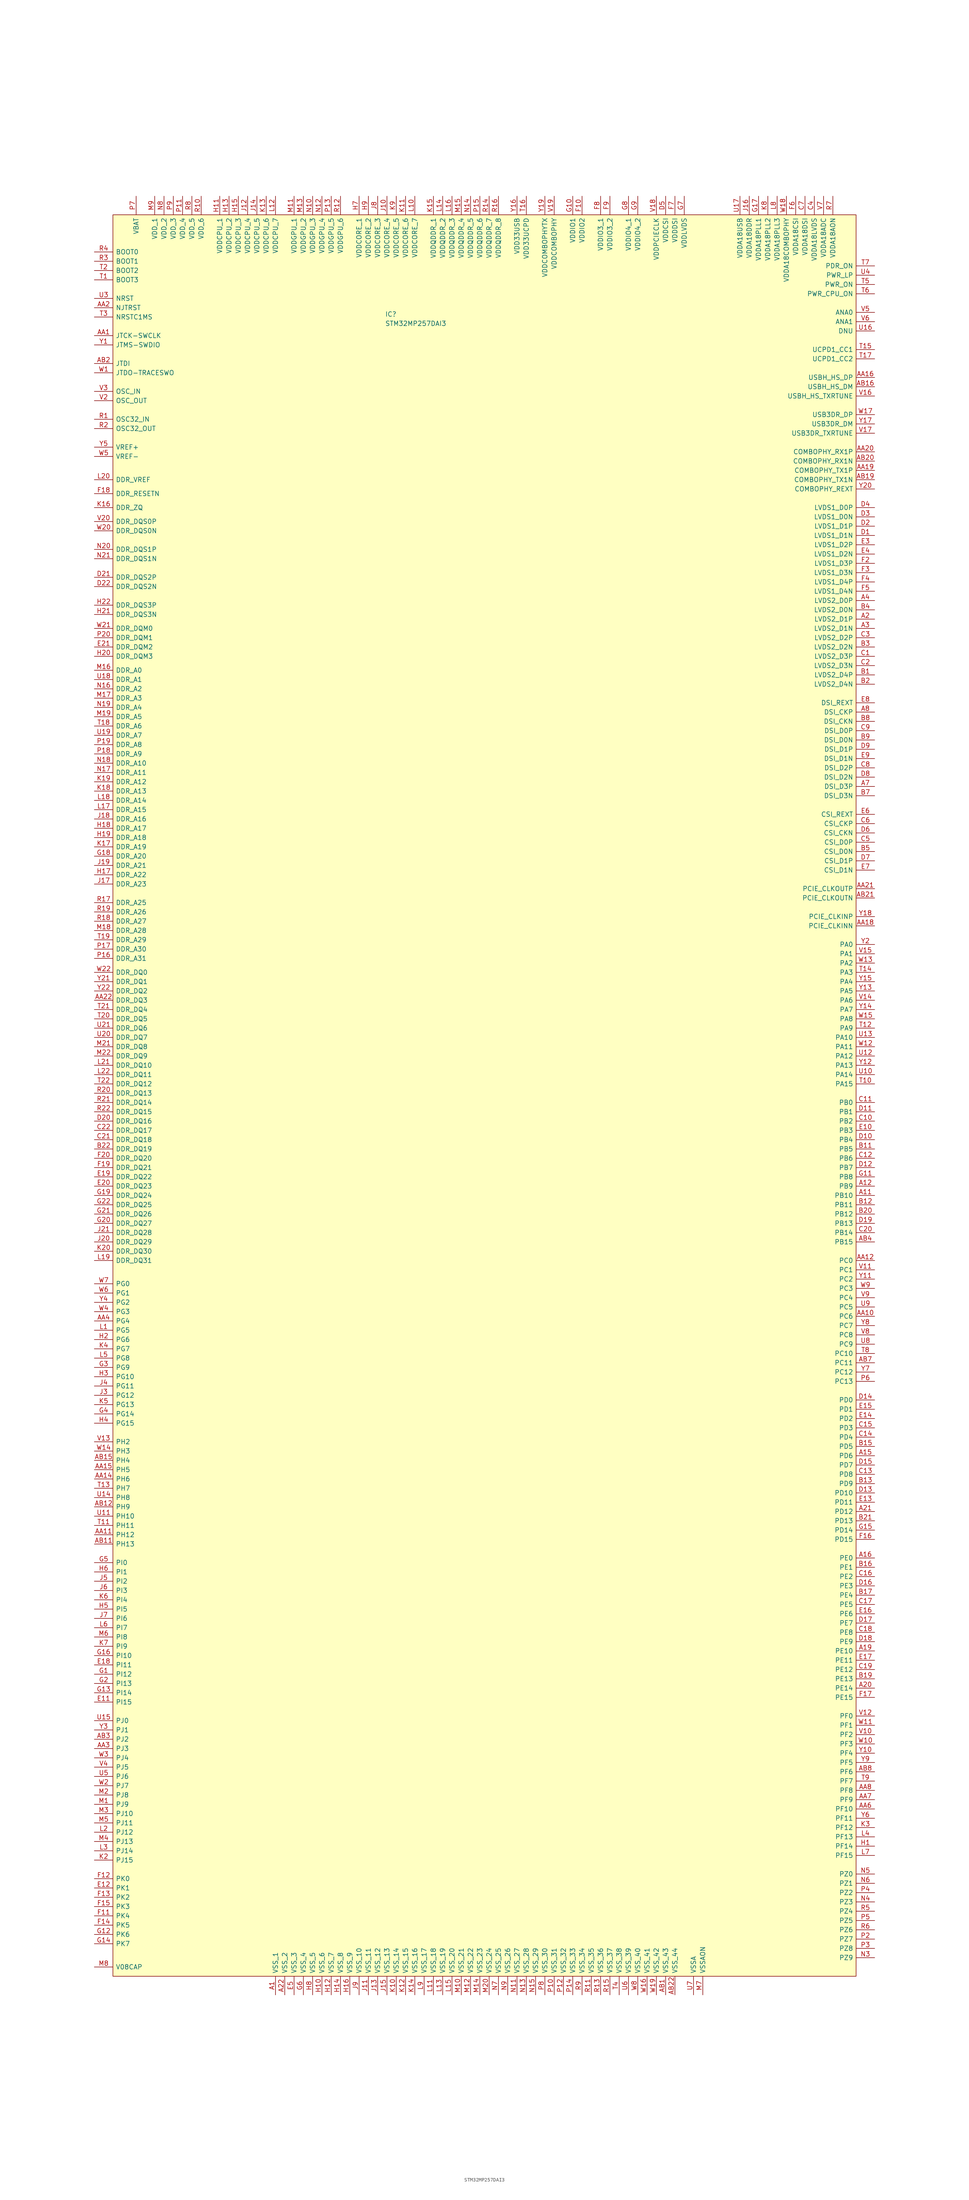
<source format=kicad_sym>
(kicad_symbol_lib
  (version 20241209)
  (generator "kicad_symbol_editor")
  (generator_version "9.0")
  (symbol "STM32MP257DAI3"
    (pin_names
      (offset 0.762))
    (property "Reference" "IC"
      (at -27.178 187.452 0)
      (effects (font (size 1.27 1.27)) (justify left)))
    (property "Value" "STM32MP257DAI3"
      (at -27.178 184.912 0)
      (effects (font (size 1.27 1.27)) (justify left)))
    (symbol "STM32MP257DAI3_0_0"
      (pin passive line (at -106.68 204.47 0) (length 5.08) (name "BOOT0" (effects (font (size 1.27 1.27)))) (number "R4" (effects (font (size 1.27 1.27)))))
      (pin passive line (at -106.68 201.93 0) (length 5.08) (name "BOOT1" (effects (font (size 1.27 1.27)))) (number "R3" (effects (font (size 1.27 1.27)))))
      (pin passive line (at -106.68 199.39 0) (length 5.08) (name "BOOT2" (effects (font (size 1.27 1.27)))) (number "T2" (effects (font (size 1.27 1.27)))))
      (pin passive line (at -106.68 196.85 0) (length 5.08) (name "BOOT3" (effects (font (size 1.27 1.27)))) (number "T1" (effects (font (size 1.27 1.27)))))
      (pin passive line (at -106.68 191.77 0) (length 5.08) (name "NRST" (effects (font (size 1.27 1.27)))) (number "U3" (effects (font (size 1.27 1.27)))))
      (pin passive line (at -106.68 189.23 0) (length 5.08) (name "NJTRST" (effects (font (size 1.27 1.27)))) (number "AA2" (effects (font (size 1.27 1.27)))))
      (pin passive line (at -106.68 186.69 0) (length 5.08) (name "NRSTC1MS" (effects (font (size 1.27 1.27)))) (number "T3" (effects (font (size 1.27 1.27)))))
      (pin passive line (at -106.68 181.61 0) (length 5.08) (name "JTCK-SWCLK" (effects (font (size 1.27 1.27)))) (number "AA1" (effects (font (size 1.27 1.27)))))
      (pin passive line (at -106.68 179.07 0) (length 5.08) (name "JTMS-SWDIO" (effects (font (size 1.27 1.27)))) (number "Y1" (effects (font (size 1.27 1.27)))))
      (pin passive line (at -106.68 173.99 0) (length 5.08) (name "JTDI" (effects (font (size 1.27 1.27)))) (number "AB2" (effects (font (size 1.27 1.27)))))
      (pin passive line (at -106.68 171.45 0) (length 5.08) (name "JTDO-TRACESWO" (effects (font (size 1.27 1.27)))) (number "W1" (effects (font (size 1.27 1.27)))))
      (pin passive line (at -106.68 166.37 0) (length 5.08) (name "OSC_IN" (effects (font (size 1.27 1.27)))) (number "V3" (effects (font (size 1.27 1.27)))))
      (pin passive line (at -106.68 163.83 0) (length 5.08) (name "OSC_OUT" (effects (font (size 1.27 1.27)))) (number "V2" (effects (font (size 1.27 1.27)))))
      (pin passive line (at -106.68 158.75 0) (length 5.08) (name "OSC32_IN" (effects (font (size 1.27 1.27)))) (number "R1" (effects (font (size 1.27 1.27)))))
      (pin passive line (at -106.68 156.21 0) (length 5.08) (name "OSC32_OUT" (effects (font (size 1.27 1.27)))) (number "R2" (effects (font (size 1.27 1.27)))))
      (pin passive line (at -106.68 151.13 0) (length 5.08) (name "VREF+" (effects (font (size 1.27 1.27)))) (number "Y5" (effects (font (size 1.27 1.27)))))
      (pin passive line (at -106.68 148.59 0) (length 5.08) (name "VREF-" (effects (font (size 1.27 1.27)))) (number "W5" (effects (font (size 1.27 1.27)))))
      (pin passive line (at -106.68 142.24 0) (length 5.08) (name "DDR_VREF" (effects (font (size 1.27 1.27)))) (number "L20" (effects (font (size 1.27 1.27)))))
      (pin passive line (at -106.68 138.43 0) (length 5.08) (name "DDR_RESETN" (effects (font (size 1.27 1.27)))) (number "F18" (effects (font (size 1.27 1.27)))))
      (pin passive line (at -106.68 134.62 0) (length 5.08) (name "DDR_ZQ" (effects (font (size 1.27 1.27)))) (number "K16" (effects (font (size 1.27 1.27)))))
      (pin passive line (at -106.68 130.81 0) (length 5.08) (name "DDR_DQS0P" (effects (font (size 1.27 1.27)))) (number "V20" (effects (font (size 1.27 1.27)))))
      (pin passive line (at -106.68 128.27 0) (length 5.08) (name "DDR_DQS0N" (effects (font (size 1.27 1.27)))) (number "W20" (effects (font (size 1.27 1.27)))))
      (pin passive line (at -106.68 123.19 0) (length 5.08) (name "DDR_DQS1P" (effects (font (size 1.27 1.27)))) (number "N20" (effects (font (size 1.27 1.27)))))
      (pin passive line (at -106.68 120.65 0) (length 5.08) (name "DDR_DQS1N" (effects (font (size 1.27 1.27)))) (number "N21" (effects (font (size 1.27 1.27)))))
      (pin passive line (at -106.68 115.57 0) (length 5.08) (name "DDR_DQS2P" (effects (font (size 1.27 1.27)))) (number "D21" (effects (font (size 1.27 1.27)))))
      (pin passive line (at -106.68 113.03 0) (length 5.08) (name "DDR_DQS2N" (effects (font (size 1.27 1.27)))) (number "D22" (effects (font (size 1.27 1.27)))))
      (pin passive line (at -106.68 107.95 0) (length 5.08) (name "DDR_DQS3P" (effects (font (size 1.27 1.27)))) (number "H22" (effects (font (size 1.27 1.27)))))
      (pin passive line (at -106.68 105.41 0) (length 5.08) (name "DDR_DQS3N" (effects (font (size 1.27 1.27)))) (number "H21" (effects (font (size 1.27 1.27)))))
      (pin passive line (at -106.68 101.6 0) (length 5.08) (name "DDR_DQM0" (effects (font (size 1.27 1.27)))) (number "W21" (effects (font (size 1.27 1.27)))))
      (pin passive line (at -106.68 99.06 0) (length 5.08) (name "DDR_DQM1" (effects (font (size 1.27 1.27)))) (number "P20" (effects (font (size 1.27 1.27)))))
      (pin passive line (at -106.68 96.52 0) (length 5.08) (name "DDR_DQM2" (effects (font (size 1.27 1.27)))) (number "E21" (effects (font (size 1.27 1.27)))))
      (pin passive line (at -106.68 93.98 0) (length 5.08) (name "DDR_DQM3" (effects (font (size 1.27 1.27)))) (number "H20" (effects (font (size 1.27 1.27)))))
      (pin passive line (at -106.68 90.17 0) (length 5.08) (name "DDR_A0" (effects (font (size 1.27 1.27)))) (number "M16" (effects (font (size 1.27 1.27)))))
      (pin passive line (at -106.68 87.63 0) (length 5.08) (name "DDR_A1" (effects (font (size 1.27 1.27)))) (number "U18" (effects (font (size 1.27 1.27)))))
      (pin passive line (at -106.68 85.09 0) (length 5.08) (name "DDR_A2" (effects (font (size 1.27 1.27)))) (number "N16" (effects (font (size 1.27 1.27)))))
      (pin passive line (at -106.68 82.55 0) (length 5.08) (name "DDR_A3" (effects (font (size 1.27 1.27)))) (number "M17" (effects (font (size 1.27 1.27)))))
      (pin passive line (at -106.68 80.01 0) (length 5.08) (name "DDR_A4" (effects (font (size 1.27 1.27)))) (number "N19" (effects (font (size 1.27 1.27)))))
      (pin passive line (at -106.68 77.47 0) (length 5.08) (name "DDR_A5" (effects (font (size 1.27 1.27)))) (number "M19" (effects (font (size 1.27 1.27)))))
      (pin passive line (at -106.68 74.93 0) (length 5.08) (name "DDR_A6" (effects (font (size 1.27 1.27)))) (number "T18" (effects (font (size 1.27 1.27)))))
      (pin passive line (at -106.68 72.39 0) (length 5.08) (name "DDR_A7" (effects (font (size 1.27 1.27)))) (number "U19" (effects (font (size 1.27 1.27)))))
      (pin passive line (at -106.68 69.85 0) (length 5.08) (name "DDR_A8" (effects (font (size 1.27 1.27)))) (number "P19" (effects (font (size 1.27 1.27)))))
      (pin passive line (at -106.68 67.31 0) (length 5.08) (name "DDR_A9" (effects (font (size 1.27 1.27)))) (number "P18" (effects (font (size 1.27 1.27)))))
      (pin passive line (at -106.68 64.77 0) (length 5.08) (name "DDR_A10" (effects (font (size 1.27 1.27)))) (number "N18" (effects (font (size 1.27 1.27)))))
      (pin passive line (at -106.68 62.23 0) (length 5.08) (name "DDR_A11" (effects (font (size 1.27 1.27)))) (number "N17" (effects (font (size 1.27 1.27)))))
      (pin passive line (at -106.68 59.69 0) (length 5.08) (name "DDR_A12" (effects (font (size 1.27 1.27)))) (number "K19" (effects (font (size 1.27 1.27)))))
      (pin passive line (at -106.68 57.15 0) (length 5.08) (name "DDR_A13" (effects (font (size 1.27 1.27)))) (number "K18" (effects (font (size 1.27 1.27)))))
      (pin passive line (at -106.68 54.61 0) (length 5.08) (name "DDR_A14" (effects (font (size 1.27 1.27)))) (number "L18" (effects (font (size 1.27 1.27)))))
      (pin passive line (at -106.68 52.07 0) (length 5.08) (name "DDR_A15" (effects (font (size 1.27 1.27)))) (number "L17" (effects (font (size 1.27 1.27)))))
      (pin passive line (at -106.68 49.53 0) (length 5.08) (name "DDR_A16" (effects (font (size 1.27 1.27)))) (number "J18" (effects (font (size 1.27 1.27)))))
      (pin passive line (at -106.68 46.99 0) (length 5.08) (name "DDR_A17" (effects (font (size 1.27 1.27)))) (number "H18" (effects (font (size 1.27 1.27)))))
      (pin passive line (at -106.68 44.45 0) (length 5.08) (name "DDR_A18" (effects (font (size 1.27 1.27)))) (number "H19" (effects (font (size 1.27 1.27)))))
      (pin passive line (at -106.68 41.91 0) (length 5.08) (name "DDR_A19" (effects (font (size 1.27 1.27)))) (number "K17" (effects (font (size 1.27 1.27)))))
      (pin passive line (at -106.68 39.37 0) (length 5.08) (name "DDR_A20" (effects (font (size 1.27 1.27)))) (number "G18" (effects (font (size 1.27 1.27)))))
      (pin passive line (at -106.68 36.83 0) (length 5.08) (name "DDR_A21" (effects (font (size 1.27 1.27)))) (number "J19" (effects (font (size 1.27 1.27)))))
      (pin passive line (at -106.68 34.29 0) (length 5.08) (name "DDR_A22" (effects (font (size 1.27 1.27)))) (number "H17" (effects (font (size 1.27 1.27)))))
      (pin passive line (at -106.68 31.75 0) (length 5.08) (name "DDR_A23" (effects (font (size 1.27 1.27)))) (number "J17" (effects (font (size 1.27 1.27)))))
      (pin passive line (at -106.68 26.67 0) (length 5.08) (name "DDR_A25" (effects (font (size 1.27 1.27)))) (number "R17" (effects (font (size 1.27 1.27)))))
      (pin passive line (at -106.68 24.13 0) (length 5.08) (name "DDR_A26" (effects (font (size 1.27 1.27)))) (number "R19" (effects (font (size 1.27 1.27)))))
      (pin passive line (at -106.68 21.59 0) (length 5.08) (name "DDR_A27" (effects (font (size 1.27 1.27)))) (number "R18" (effects (font (size 1.27 1.27)))))
      (pin passive line (at -106.68 19.05 0) (length 5.08) (name "DDR_A28" (effects (font (size 1.27 1.27)))) (number "M18" (effects (font (size 1.27 1.27)))))
      (pin passive line (at -106.68 16.51 0) (length 5.08) (name "DDR_A29" (effects (font (size 1.27 1.27)))) (number "T19" (effects (font (size 1.27 1.27)))))
      (pin passive line (at -106.68 13.97 0) (length 5.08) (name "DDR_A30" (effects (font (size 1.27 1.27)))) (number "P17" (effects (font (size 1.27 1.27)))))
      (pin passive line (at -106.68 11.43 0) (length 5.08) (name "DDR_A31" (effects (font (size 1.27 1.27)))) (number "P16" (effects (font (size 1.27 1.27)))))
      (pin passive line (at -106.68 7.62 0) (length 5.08) (name "DDR_DQ0" (effects (font (size 1.27 1.27)))) (number "W22" (effects (font (size 1.27 1.27)))))
      (pin passive line (at -106.68 5.08 0) (length 5.08) (name "DDR_DQ1" (effects (font (size 1.27 1.27)))) (number "Y21" (effects (font (size 1.27 1.27)))))
      (pin passive line (at -106.68 2.54 0) (length 5.08) (name "DDR_DQ2" (effects (font (size 1.27 1.27)))) (number "Y22" (effects (font (size 1.27 1.27)))))
      (pin passive line (at -106.68 0 0) (length 5.08) (name "DDR_DQ3" (effects (font (size 1.27 1.27)))) (number "AA22" (effects (font (size 1.27 1.27)))))
      (pin passive line (at -106.68 -2.54 0) (length 5.08) (name "DDR_DQ4" (effects (font (size 1.27 1.27)))) (number "T21" (effects (font (size 1.27 1.27)))))
      (pin passive line (at -106.68 -5.08 0) (length 5.08) (name "DDR_DQ5" (effects (font (size 1.27 1.27)))) (number "T20" (effects (font (size 1.27 1.27)))))
      (pin passive line (at -106.68 -7.62 0) (length 5.08) (name "DDR_DQ6" (effects (font (size 1.27 1.27)))) (number "U21" (effects (font (size 1.27 1.27)))))
      (pin passive line (at -106.68 -10.16 0) (length 5.08) (name "DDR_DQ7" (effects (font (size 1.27 1.27)))) (number "U20" (effects (font (size 1.27 1.27)))))
      (pin passive line (at -106.68 -12.7 0) (length 5.08) (name "DDR_DQ8" (effects (font (size 1.27 1.27)))) (number "M21" (effects (font (size 1.27 1.27)))))
      (pin passive line (at -106.68 -15.24 0) (length 5.08) (name "DDR_DQ9" (effects (font (size 1.27 1.27)))) (number "M22" (effects (font (size 1.27 1.27)))))
      (pin passive line (at -106.68 -17.78 0) (length 5.08) (name "DDR_DQ10" (effects (font (size 1.27 1.27)))) (number "L21" (effects (font (size 1.27 1.27)))))
      (pin passive line (at -106.68 -20.32 0) (length 5.08) (name "DDR_DQ11" (effects (font (size 1.27 1.27)))) (number "L22" (effects (font (size 1.27 1.27)))))
      (pin passive line (at -106.68 -22.86 0) (length 5.08) (name "DDR_DQ12" (effects (font (size 1.27 1.27)))) (number "T22" (effects (font (size 1.27 1.27)))))
      (pin passive line (at -106.68 -25.4 0) (length 5.08) (name "DDR_DQ13" (effects (font (size 1.27 1.27)))) (number "R20" (effects (font (size 1.27 1.27)))))
      (pin passive line (at -106.68 -27.94 0) (length 5.08) (name "DDR_DQ14" (effects (font (size 1.27 1.27)))) (number "R21" (effects (font (size 1.27 1.27)))))
      (pin passive line (at -106.68 -30.48 0) (length 5.08) (name "DDR_DQ15" (effects (font (size 1.27 1.27)))) (number "R22" (effects (font (size 1.27 1.27)))))
      (pin passive line (at -106.68 -33.02 0) (length 5.08) (name "DDR_DQ16" (effects (font (size 1.27 1.27)))) (number "D20" (effects (font (size 1.27 1.27)))))
      (pin passive line (at -106.68 -35.56 0) (length 5.08) (name "DDR_DQ17" (effects (font (size 1.27 1.27)))) (number "C22" (effects (font (size 1.27 1.27)))))
      (pin passive line (at -106.68 -38.1 0) (length 5.08) (name "DDR_DQ18" (effects (font (size 1.27 1.27)))) (number "C21" (effects (font (size 1.27 1.27)))))
      (pin passive line (at -106.68 -40.64 0) (length 5.08) (name "DDR_DQ19" (effects (font (size 1.27 1.27)))) (number "B22" (effects (font (size 1.27 1.27)))))
      (pin passive line (at -106.68 -43.18 0) (length 5.08) (name "DDR_DQ20" (effects (font (size 1.27 1.27)))) (number "F20" (effects (font (size 1.27 1.27)))))
      (pin passive line (at -106.68 -45.72 0) (length 5.08) (name "DDR_DQ21" (effects (font (size 1.27 1.27)))) (number "F19" (effects (font (size 1.27 1.27)))))
      (pin passive line (at -106.68 -48.26 0) (length 5.08) (name "DDR_DQ22" (effects (font (size 1.27 1.27)))) (number "E19" (effects (font (size 1.27 1.27)))))
      (pin passive line (at -106.68 -50.8 0) (length 5.08) (name "DDR_DQ23" (effects (font (size 1.27 1.27)))) (number "E20" (effects (font (size 1.27 1.27)))))
      (pin passive line (at -106.68 -53.34 0) (length 5.08) (name "DDR_DQ24" (effects (font (size 1.27 1.27)))) (number "G19" (effects (font (size 1.27 1.27)))))
      (pin passive line (at -106.68 -55.88 0) (length 5.08) (name "DDR_DQ25" (effects (font (size 1.27 1.27)))) (number "G22" (effects (font (size 1.27 1.27)))))
      (pin passive line (at -106.68 -58.42 0) (length 5.08) (name "DDR_DQ26" (effects (font (size 1.27 1.27)))) (number "G21" (effects (font (size 1.27 1.27)))))
      (pin passive line (at -106.68 -60.96 0) (length 5.08) (name "DDR_DQ27" (effects (font (size 1.27 1.27)))) (number "G20" (effects (font (size 1.27 1.27)))))
      (pin passive line (at -106.68 -63.5 0) (length 5.08) (name "DDR_DQ28" (effects (font (size 1.27 1.27)))) (number "J21" (effects (font (size 1.27 1.27)))))
      (pin passive line (at -106.68 -66.04 0) (length 5.08) (name "DDR_DQ29" (effects (font (size 1.27 1.27)))) (number "J20" (effects (font (size 1.27 1.27)))))
      (pin passive line (at -106.68 -68.58 0) (length 5.08) (name "DDR_DQ30" (effects (font (size 1.27 1.27)))) (number "K20" (effects (font (size 1.27 1.27)))))
      (pin passive line (at -106.68 -71.12 0) (length 5.08) (name "DDR_DQ31" (effects (font (size 1.27 1.27)))) (number "L19" (effects (font (size 1.27 1.27)))))
      (pin passive line (at -106.68 -77.47 0) (length 5.08) (name "PG0" (effects (font (size 1.27 1.27)))) (number "W7" (effects (font (size 1.27 1.27)))))
      (pin passive line (at -106.68 -80.01 0) (length 5.08) (name "PG1" (effects (font (size 1.27 1.27)))) (number "W6" (effects (font (size 1.27 1.27)))))
      (pin passive line (at -106.68 -82.55 0) (length 5.08) (name "PG2" (effects (font (size 1.27 1.27)))) (number "Y4" (effects (font (size 1.27 1.27)))))
      (pin passive line (at -106.68 -85.09 0) (length 5.08) (name "PG3" (effects (font (size 1.27 1.27)))) (number "W4" (effects (font (size 1.27 1.27)))))
      (pin passive line (at -106.68 -87.63 0) (length 5.08) (name "PG4" (effects (font (size 1.27 1.27)))) (number "AA4" (effects (font (size 1.27 1.27)))))
      (pin passive line (at -106.68 -90.17 0) (length 5.08) (name "PG5" (effects (font (size 1.27 1.27)))) (number "L1" (effects (font (size 1.27 1.27)))))
      (pin passive line (at -106.68 -92.71 0) (length 5.08) (name "PG6" (effects (font (size 1.27 1.27)))) (number "H2" (effects (font (size 1.27 1.27)))))
      (pin passive line (at -106.68 -95.25 0) (length 5.08) (name "PG7" (effects (font (size 1.27 1.27)))) (number "K4" (effects (font (size 1.27 1.27)))))
      (pin passive line (at -106.68 -97.79 0) (length 5.08) (name "PG8" (effects (font (size 1.27 1.27)))) (number "L5" (effects (font (size 1.27 1.27)))))
      (pin passive line (at -106.68 -100.33 0) (length 5.08) (name "PG9" (effects (font (size 1.27 1.27)))) (number "G3" (effects (font (size 1.27 1.27)))))
      (pin passive line (at -106.68 -102.87 0) (length 5.08) (name "PG10" (effects (font (size 1.27 1.27)))) (number "H3" (effects (font (size 1.27 1.27)))))
      (pin passive line (at -106.68 -105.41 0) (length 5.08) (name "PG11" (effects (font (size 1.27 1.27)))) (number "J4" (effects (font (size 1.27 1.27)))))
      (pin passive line (at -106.68 -107.95 0) (length 5.08) (name "PG12" (effects (font (size 1.27 1.27)))) (number "J3" (effects (font (size 1.27 1.27)))))
      (pin passive line (at -106.68 -110.49 0) (length 5.08) (name "PG13" (effects (font (size 1.27 1.27)))) (number "K5" (effects (font (size 1.27 1.27)))))
      (pin passive line (at -106.68 -113.03 0) (length 5.08) (name "PG14" (effects (font (size 1.27 1.27)))) (number "G4" (effects (font (size 1.27 1.27)))))
      (pin passive line (at -106.68 -115.57 0) (length 5.08) (name "PG15" (effects (font (size 1.27 1.27)))) (number "H4" (effects (font (size 1.27 1.27)))))
      (pin passive line (at -106.68 -120.65 0) (length 5.08) (name "PH2" (effects (font (size 1.27 1.27)))) (number "V13" (effects (font (size 1.27 1.27)))))
      (pin passive line (at -106.68 -123.19 0) (length 5.08) (name "PH3" (effects (font (size 1.27 1.27)))) (number "W14" (effects (font (size 1.27 1.27)))))
      (pin passive line (at -106.68 -125.73 0) (length 5.08) (name "PH4" (effects (font (size 1.27 1.27)))) (number "AB15" (effects (font (size 1.27 1.27)))))
      (pin passive line (at -106.68 -128.27 0) (length 5.08) (name "PH5" (effects (font (size 1.27 1.27)))) (number "AA15" (effects (font (size 1.27 1.27)))))
      (pin passive line (at -106.68 -130.81 0) (length 5.08) (name "PH6" (effects (font (size 1.27 1.27)))) (number "AA14" (effects (font (size 1.27 1.27)))))
      (pin passive line (at -106.68 -133.35 0) (length 5.08) (name "PH7" (effects (font (size 1.27 1.27)))) (number "T13" (effects (font (size 1.27 1.27)))))
      (pin passive line (at -106.68 -135.89 0) (length 5.08) (name "PH8" (effects (font (size 1.27 1.27)))) (number "U14" (effects (font (size 1.27 1.27)))))
      (pin passive line (at -106.68 -138.43 0) (length 5.08) (name "PH9" (effects (font (size 1.27 1.27)))) (number "AB12" (effects (font (size 1.27 1.27)))))
      (pin passive line (at -106.68 -140.97 0) (length 5.08) (name "PH10" (effects (font (size 1.27 1.27)))) (number "U11" (effects (font (size 1.27 1.27)))))
      (pin passive line (at -106.68 -143.51 0) (length 5.08) (name "PH11" (effects (font (size 1.27 1.27)))) (number "T11" (effects (font (size 1.27 1.27)))))
      (pin passive line (at -106.68 -146.05 0) (length 5.08) (name "PH12" (effects (font (size 1.27 1.27)))) (number "AA11" (effects (font (size 1.27 1.27)))))
      (pin passive line (at -106.68 -148.59 0) (length 5.08) (name "PH13" (effects (font (size 1.27 1.27)))) (number "AB11" (effects (font (size 1.27 1.27)))))
      (pin passive line (at -106.68 -153.67 0) (length 5.08) (name "PI0" (effects (font (size 1.27 1.27)))) (number "G5" (effects (font (size 1.27 1.27)))))
      (pin passive line (at -106.68 -156.21 0) (length 5.08) (name "PI1" (effects (font (size 1.27 1.27)))) (number "H6" (effects (font (size 1.27 1.27)))))
      (pin passive line (at -106.68 -158.75 0) (length 5.08) (name "PI2" (effects (font (size 1.27 1.27)))) (number "J5" (effects (font (size 1.27 1.27)))))
      (pin passive line (at -106.68 -161.29 0) (length 5.08) (name "PI3" (effects (font (size 1.27 1.27)))) (number "J6" (effects (font (size 1.27 1.27)))))
      (pin passive line (at -106.68 -163.83 0) (length 5.08) (name "PI4" (effects (font (size 1.27 1.27)))) (number "K6" (effects (font (size 1.27 1.27)))))
      (pin passive line (at -106.68 -166.37 0) (length 5.08) (name "PI5" (effects (font (size 1.27 1.27)))) (number "H5" (effects (font (size 1.27 1.27)))))
      (pin passive line (at -106.68 -168.91 0) (length 5.08) (name "PI6" (effects (font (size 1.27 1.27)))) (number "J7" (effects (font (size 1.27 1.27)))))
      (pin passive line (at -106.68 -171.45 0) (length 5.08) (name "PI7" (effects (font (size 1.27 1.27)))) (number "L6" (effects (font (size 1.27 1.27)))))
      (pin passive line (at -106.68 -173.99 0) (length 5.08) (name "PI8" (effects (font (size 1.27 1.27)))) (number "M6" (effects (font (size 1.27 1.27)))))
      (pin passive line (at -106.68 -176.53 0) (length 5.08) (name "PI9" (effects (font (size 1.27 1.27)))) (number "K7" (effects (font (size 1.27 1.27)))))
      (pin passive line (at -106.68 -179.07 0) (length 5.08) (name "PI10" (effects (font (size 1.27 1.27)))) (number "G16" (effects (font (size 1.27 1.27)))))
      (pin passive line (at -106.68 -181.61 0) (length 5.08) (name "PI11" (effects (font (size 1.27 1.27)))) (number "E18" (effects (font (size 1.27 1.27)))))
      (pin passive line (at -106.68 -184.15 0) (length 5.08) (name "PI12" (effects (font (size 1.27 1.27)))) (number "G1" (effects (font (size 1.27 1.27)))))
      (pin passive line (at -106.68 -186.69 0) (length 5.08) (name "PI13" (effects (font (size 1.27 1.27)))) (number "G2" (effects (font (size 1.27 1.27)))))
      (pin passive line (at -106.68 -189.23 0) (length 5.08) (name "PI14" (effects (font (size 1.27 1.27)))) (number "G13" (effects (font (size 1.27 1.27)))))
      (pin passive line (at -106.68 -191.77 0) (length 5.08) (name "PI15" (effects (font (size 1.27 1.27)))) (number "E11" (effects (font (size 1.27 1.27)))))
      (pin passive line (at -106.68 -196.85 0) (length 5.08) (name "PJ0" (effects (font (size 1.27 1.27)))) (number "U15" (effects (font (size 1.27 1.27)))))
      (pin passive line (at -106.68 -199.39 0) (length 5.08) (name "PJ1" (effects (font (size 1.27 1.27)))) (number "Y3" (effects (font (size 1.27 1.27)))))
      (pin passive line (at -106.68 -201.93 0) (length 5.08) (name "PJ2" (effects (font (size 1.27 1.27)))) (number "AB3" (effects (font (size 1.27 1.27)))))
      (pin passive line (at -106.68 -204.47 0) (length 5.08) (name "PJ3" (effects (font (size 1.27 1.27)))) (number "AA3" (effects (font (size 1.27 1.27)))))
      (pin passive line (at -106.68 -207.01 0) (length 5.08) (name "PJ4" (effects (font (size 1.27 1.27)))) (number "W3" (effects (font (size 1.27 1.27)))))
      (pin passive line (at -106.68 -209.55 0) (length 5.08) (name "PJ5" (effects (font (size 1.27 1.27)))) (number "V4" (effects (font (size 1.27 1.27)))))
      (pin passive line (at -106.68 -212.09 0) (length 5.08) (name "PJ6" (effects (font (size 1.27 1.27)))) (number "U5" (effects (font (size 1.27 1.27)))))
      (pin passive line (at -106.68 -214.63 0) (length 5.08) (name "PJ7" (effects (font (size 1.27 1.27)))) (number "W2" (effects (font (size 1.27 1.27)))))
      (pin passive line (at -106.68 -217.17 0) (length 5.08) (name "PJ8" (effects (font (size 1.27 1.27)))) (number "M2" (effects (font (size 1.27 1.27)))))
      (pin passive line (at -106.68 -219.71 0) (length 5.08) (name "PJ9" (effects (font (size 1.27 1.27)))) (number "M1" (effects (font (size 1.27 1.27)))))
      (pin passive line (at -106.68 -222.25 0) (length 5.08) (name "PJ10" (effects (font (size 1.27 1.27)))) (number "M3" (effects (font (size 1.27 1.27)))))
      (pin passive line (at -106.68 -224.79 0) (length 5.08) (name "PJ11" (effects (font (size 1.27 1.27)))) (number "M5" (effects (font (size 1.27 1.27)))))
      (pin passive line (at -106.68 -227.33 0) (length 5.08) (name "PJ12" (effects (font (size 1.27 1.27)))) (number "L2" (effects (font (size 1.27 1.27)))))
      (pin passive line (at -106.68 -229.87 0) (length 5.08) (name "PJ13" (effects (font (size 1.27 1.27)))) (number "M4" (effects (font (size 1.27 1.27)))))
      (pin passive line (at -106.68 -232.41 0) (length 5.08) (name "PJ14" (effects (font (size 1.27 1.27)))) (number "L3" (effects (font (size 1.27 1.27)))))
      (pin passive line (at -106.68 -234.95 0) (length 5.08) (name "PJ15" (effects (font (size 1.27 1.27)))) (number "K2" (effects (font (size 1.27 1.27)))))
      (pin passive line (at -106.68 -240.03 0) (length 5.08) (name "PK0" (effects (font (size 1.27 1.27)))) (number "F12" (effects (font (size 1.27 1.27)))))
      (pin passive line (at -106.68 -242.57 0) (length 5.08) (name "PK1" (effects (font (size 1.27 1.27)))) (number "E12" (effects (font (size 1.27 1.27)))))
      (pin passive line (at -106.68 -245.11 0) (length 5.08) (name "PK2" (effects (font (size 1.27 1.27)))) (number "F13" (effects (font (size 1.27 1.27)))))
      (pin passive line (at -106.68 -247.65 0) (length 5.08) (name "PK3" (effects (font (size 1.27 1.27)))) (number "F15" (effects (font (size 1.27 1.27)))))
      (pin passive line (at -106.68 -250.19 0) (length 5.08) (name "PK4" (effects (font (size 1.27 1.27)))) (number "F11" (effects (font (size 1.27 1.27)))))
      (pin passive line (at -106.68 -252.73 0) (length 5.08) (name "PK5" (effects (font (size 1.27 1.27)))) (number "F14" (effects (font (size 1.27 1.27)))))
      (pin passive line (at -106.68 -255.27 0) (length 5.08) (name "PK6" (effects (font (size 1.27 1.27)))) (number "G12" (effects (font (size 1.27 1.27)))))
      (pin passive line (at -106.68 -257.81 0) (length 5.08) (name "PK7" (effects (font (size 1.27 1.27)))) (number "G14" (effects (font (size 1.27 1.27)))))
      (pin passive line (at -106.68 -264.16 0) (length 5.08) (name "V08CAP" (effects (font (size 1.27 1.27)))) (number "M8" (effects (font (size 1.27 1.27)))))
      (pin passive line (at -95.25 219.71 270) (length 5.08) (name "VBAT" (effects (font (size 1.27 1.27)))) (number "P7" (effects (font (size 1.27 1.27)))))
      (pin passive line (at -90.17 219.71 270) (length 5.08) (name "VDD_1" (effects (font (size 1.27 1.27)))) (number "M9" (effects (font (size 1.27 1.27)))))
      (pin passive line (at -87.63 219.71 270) (length 5.08) (name "VDD_2" (effects (font (size 1.27 1.27)))) (number "N8" (effects (font (size 1.27 1.27)))))
      (pin passive line (at -85.09 219.71 270) (length 5.08) (name "VDD_3" (effects (font (size 1.27 1.27)))) (number "P9" (effects (font (size 1.27 1.27)))))
      (pin passive line (at -82.55 219.71 270) (length 5.08) (name "VDD_4" (effects (font (size 1.27 1.27)))) (number "P11" (effects (font (size 1.27 1.27)))))
      (pin passive line (at -80.01 219.71 270) (length 5.08) (name "VDD_5" (effects (font (size 1.27 1.27)))) (number "R8" (effects (font (size 1.27 1.27)))))
      (pin passive line (at -77.47 219.71 270) (length 5.08) (name "VDD_6" (effects (font (size 1.27 1.27)))) (number "R10" (effects (font (size 1.27 1.27)))))
      (pin passive line (at -72.39 219.71 270) (length 5.08) (name "VDDCPU_1" (effects (font (size 1.27 1.27)))) (number "H11" (effects (font (size 1.27 1.27)))))
      (pin passive line (at -69.85 219.71 270) (length 5.08) (name "VDDCPU_2" (effects (font (size 1.27 1.27)))) (number "H13" (effects (font (size 1.27 1.27)))))
      (pin passive line (at -67.31 219.71 270) (length 5.08) (name "VDDCPU_3" (effects (font (size 1.27 1.27)))) (number "H15" (effects (font (size 1.27 1.27)))))
      (pin passive line (at -64.77 219.71 270) (length 5.08) (name "VDDCPU_4" (effects (font (size 1.27 1.27)))) (number "J12" (effects (font (size 1.27 1.27)))))
      (pin passive line (at -62.23 219.71 270) (length 5.08) (name "VDDCPU_5" (effects (font (size 1.27 1.27)))) (number "J14" (effects (font (size 1.27 1.27)))))
      (pin passive line (at -59.69 219.71 270) (length 5.08) (name "VDDCPU_6" (effects (font (size 1.27 1.27)))) (number "K13" (effects (font (size 1.27 1.27)))))
      (pin passive line (at -57.15 219.71 270) (length 5.08) (name "VDDCPU_7" (effects (font (size 1.27 1.27)))) (number "L12" (effects (font (size 1.27 1.27)))))
      (pin passive line (at -57.15 -271.78 90) (length 5.08) (name "VSS_1" (effects (font (size 1.27 1.27)))) (number "A1" (effects (font (size 1.27 1.27)))))
      (pin passive line (at -54.61 -271.78 90) (length 5.08) (name "VSS_2" (effects (font (size 1.27 1.27)))) (number "A22" (effects (font (size 1.27 1.27)))))
      (pin passive line (at -52.07 219.71 270) (length 5.08) (name "VDDGPU_1" (effects (font (size 1.27 1.27)))) (number "M11" (effects (font (size 1.27 1.27)))))
      (pin passive line (at -52.07 -271.78 90) (length 5.08) (name "VSS_3" (effects (font (size 1.27 1.27)))) (number "E5" (effects (font (size 1.27 1.27)))))
      (pin passive line (at -49.53 219.71 270) (length 5.08) (name "VDDGPU_2" (effects (font (size 1.27 1.27)))) (number "M13" (effects (font (size 1.27 1.27)))))
      (pin passive line (at -49.53 -271.78 90) (length 5.08) (name "VSS_4" (effects (font (size 1.27 1.27)))) (number "G6" (effects (font (size 1.27 1.27)))))
      (pin passive line (at -46.99 219.71 270) (length 5.08) (name "VDDGPU_3" (effects (font (size 1.27 1.27)))) (number "N10" (effects (font (size 1.27 1.27)))))
      (pin passive line (at -46.99 -271.78 90) (length 5.08) (name "VSS_5" (effects (font (size 1.27 1.27)))) (number "H8" (effects (font (size 1.27 1.27)))))
      (pin passive line (at -44.45 219.71 270) (length 5.08) (name "VDDGPU_4" (effects (font (size 1.27 1.27)))) (number "N12" (effects (font (size 1.27 1.27)))))
      (pin passive line (at -44.45 -271.78 90) (length 5.08) (name "VSS_6" (effects (font (size 1.27 1.27)))) (number "H10" (effects (font (size 1.27 1.27)))))
      (pin passive line (at -41.91 219.71 270) (length 5.08) (name "VDDGPU_5" (effects (font (size 1.27 1.27)))) (number "P13" (effects (font (size 1.27 1.27)))))
      (pin passive line (at -41.91 -271.78 90) (length 5.08) (name "VSS_7" (effects (font (size 1.27 1.27)))) (number "H12" (effects (font (size 1.27 1.27)))))
      (pin passive line (at -39.37 219.71 270) (length 5.08) (name "VDDGPU_6" (effects (font (size 1.27 1.27)))) (number "R12" (effects (font (size 1.27 1.27)))))
      (pin passive line (at -39.37 -271.78 90) (length 5.08) (name "VSS_8" (effects (font (size 1.27 1.27)))) (number "H14" (effects (font (size 1.27 1.27)))))
      (pin passive line (at -36.83 -271.78 90) (length 5.08) (name "VSS_9" (effects (font (size 1.27 1.27)))) (number "H16" (effects (font (size 1.27 1.27)))))
      (pin passive line (at -34.29 219.71 270) (length 5.08) (name "VDDCORE_1" (effects (font (size 1.27 1.27)))) (number "H7" (effects (font (size 1.27 1.27)))))
      (pin passive line (at -34.29 -271.78 90) (length 5.08) (name "VSS_10" (effects (font (size 1.27 1.27)))) (number "J9" (effects (font (size 1.27 1.27)))))
      (pin passive line (at -31.75 219.71 270) (length 5.08) (name "VDDCORE_2" (effects (font (size 1.27 1.27)))) (number "H9" (effects (font (size 1.27 1.27)))))
      (pin passive line (at -31.75 -271.78 90) (length 5.08) (name "VSS_11" (effects (font (size 1.27 1.27)))) (number "J11" (effects (font (size 1.27 1.27)))))
      (pin passive line (at -29.21 219.71 270) (length 5.08) (name "VDDCORE_3" (effects (font (size 1.27 1.27)))) (number "J8" (effects (font (size 1.27 1.27)))))
      (pin passive line (at -29.21 -271.78 90) (length 5.08) (name "VSS_12" (effects (font (size 1.27 1.27)))) (number "J13" (effects (font (size 1.27 1.27)))))
      (pin passive line (at -26.67 219.71 270) (length 5.08) (name "VDDCORE_4" (effects (font (size 1.27 1.27)))) (number "J10" (effects (font (size 1.27 1.27)))))
      (pin passive line (at -26.67 -271.78 90) (length 5.08) (name "VSS_13" (effects (font (size 1.27 1.27)))) (number "J15" (effects (font (size 1.27 1.27)))))
      (pin passive line (at -24.13 219.71 270) (length 5.08) (name "VDDCORE_5" (effects (font (size 1.27 1.27)))) (number "K9" (effects (font (size 1.27 1.27)))))
      (pin passive line (at -24.13 -271.78 90) (length 5.08) (name "VSS_14" (effects (font (size 1.27 1.27)))) (number "K10" (effects (font (size 1.27 1.27)))))
      (pin passive line (at -21.59 219.71 270) (length 5.08) (name "VDDCORE_6" (effects (font (size 1.27 1.27)))) (number "K11" (effects (font (size 1.27 1.27)))))
      (pin passive line (at -21.59 -271.78 90) (length 5.08) (name "VSS_15" (effects (font (size 1.27 1.27)))) (number "K12" (effects (font (size 1.27 1.27)))))
      (pin passive line (at -19.05 219.71 270) (length 5.08) (name "VDDCORE_7" (effects (font (size 1.27 1.27)))) (number "L10" (effects (font (size 1.27 1.27)))))
      (pin passive line (at -19.05 -271.78 90) (length 5.08) (name "VSS_16" (effects (font (size 1.27 1.27)))) (number "K14" (effects (font (size 1.27 1.27)))))
      (pin passive line (at -16.51 -271.78 90) (length 5.08) (name "VSS_17" (effects (font (size 1.27 1.27)))) (number "L9" (effects (font (size 1.27 1.27)))))
      (pin passive line (at -13.97 219.71 270) (length 5.08) (name "VDDQDDR_1" (effects (font (size 1.27 1.27)))) (number "K15" (effects (font (size 1.27 1.27)))))
      (pin passive line (at -13.97 -271.78 90) (length 5.08) (name "VSS_18" (effects (font (size 1.27 1.27)))) (number "L11" (effects (font (size 1.27 1.27)))))
      (pin passive line (at -11.43 219.71 270) (length 5.08) (name "VDDQDDR_2" (effects (font (size 1.27 1.27)))) (number "L14" (effects (font (size 1.27 1.27)))))
      (pin passive line (at -11.43 -271.78 90) (length 5.08) (name "VSS_19" (effects (font (size 1.27 1.27)))) (number "L13" (effects (font (size 1.27 1.27)))))
      (pin passive line (at -8.89 219.71 270) (length 5.08) (name "VDDQDDR_3" (effects (font (size 1.27 1.27)))) (number "L16" (effects (font (size 1.27 1.27)))))
      (pin passive line (at -8.89 -271.78 90) (length 5.08) (name "VSS_20" (effects (font (size 1.27 1.27)))) (number "L15" (effects (font (size 1.27 1.27)))))
      (pin passive line (at -6.35 219.71 270) (length 5.08) (name "VDDQDDR_4" (effects (font (size 1.27 1.27)))) (number "M15" (effects (font (size 1.27 1.27)))))
      (pin passive line (at -6.35 -271.78 90) (length 5.08) (name "VSS_21" (effects (font (size 1.27 1.27)))) (number "M10" (effects (font (size 1.27 1.27)))))
      (pin passive line (at -3.81 219.71 270) (length 5.08) (name "VDDQDDR_5" (effects (font (size 1.27 1.27)))) (number "N14" (effects (font (size 1.27 1.27)))))
      (pin passive line (at -3.81 -271.78 90) (length 5.08) (name "VSS_22" (effects (font (size 1.27 1.27)))) (number "M12" (effects (font (size 1.27 1.27)))))
      (pin passive line (at -1.27 219.71 270) (length 5.08) (name "VDDQDDR_6" (effects (font (size 1.27 1.27)))) (number "P15" (effects (font (size 1.27 1.27)))))
      (pin passive line (at -1.27 -271.78 90) (length 5.08) (name "VSS_23" (effects (font (size 1.27 1.27)))) (number "M14" (effects (font (size 1.27 1.27)))))
      (pin passive line (at 1.27 219.71 270) (length 5.08) (name "VDDQDDR_7" (effects (font (size 1.27 1.27)))) (number "R14" (effects (font (size 1.27 1.27)))))
      (pin passive line (at 1.27 -271.78 90) (length 5.08) (name "VSS_24" (effects (font (size 1.27 1.27)))) (number "M20" (effects (font (size 1.27 1.27)))))
      (pin passive line (at 3.81 219.71 270) (length 5.08) (name "VDDQDDR_8" (effects (font (size 1.27 1.27)))) (number "R16" (effects (font (size 1.27 1.27)))))
      (pin passive line (at 3.81 -271.78 90) (length 5.08) (name "VSS_25" (effects (font (size 1.27 1.27)))) (number "N7" (effects (font (size 1.27 1.27)))))
      (pin passive line (at 6.35 -271.78 90) (length 5.08) (name "VSS_26" (effects (font (size 1.27 1.27)))) (number "N9" (effects (font (size 1.27 1.27)))))
      (pin passive line (at 8.89 219.71 270) (length 5.08) (name "VDD33USB" (effects (font (size 1.27 1.27)))) (number "Y16" (effects (font (size 1.27 1.27)))))
      (pin passive line (at 8.89 -271.78 90) (length 5.08) (name "VSS_27" (effects (font (size 1.27 1.27)))) (number "N11" (effects (font (size 1.27 1.27)))))
      (pin passive line (at 11.43 219.71 270) (length 5.08) (name "VDD33UCPD" (effects (font (size 1.27 1.27)))) (number "T16" (effects (font (size 1.27 1.27)))))
      (pin passive line (at 11.43 -271.78 90) (length 5.08) (name "VSS_28" (effects (font (size 1.27 1.27)))) (number "N13" (effects (font (size 1.27 1.27)))))
      (pin passive line (at 13.97 -271.78 90) (length 5.08) (name "VSS_29" (effects (font (size 1.27 1.27)))) (number "N15" (effects (font (size 1.27 1.27)))))
      (pin passive line (at 16.51 219.71 270) (length 5.08) (name "VDDCOMBOPHYTX" (effects (font (size 1.27 1.27)))) (number "Y19" (effects (font (size 1.27 1.27)))))
      (pin passive line (at 16.51 -271.78 90) (length 5.08) (name "VSS_30" (effects (font (size 1.27 1.27)))) (number "P8" (effects (font (size 1.27 1.27)))))
      (pin passive line (at 19.05 219.71 270) (length 5.08) (name "VDDCOMBOPHY" (effects (font (size 1.27 1.27)))) (number "V19" (effects (font (size 1.27 1.27)))))
      (pin passive line (at 19.05 -271.78 90) (length 5.08) (name "VSS_31" (effects (font (size 1.27 1.27)))) (number "P10" (effects (font (size 1.27 1.27)))))
      (pin passive line (at 21.59 -271.78 90) (length 5.08) (name "VSS_32" (effects (font (size 1.27 1.27)))) (number "P12" (effects (font (size 1.27 1.27)))))
      (pin passive line (at 24.13 219.71 270) (length 5.08) (name "VDDIO1" (effects (font (size 1.27 1.27)))) (number "G10" (effects (font (size 1.27 1.27)))))
      (pin passive line (at 24.13 -271.78 90) (length 5.08) (name "VSS_33" (effects (font (size 1.27 1.27)))) (number "P14" (effects (font (size 1.27 1.27)))))
      (pin passive line (at 26.67 219.71 270) (length 5.08) (name "VDDIO2" (effects (font (size 1.27 1.27)))) (number "F10" (effects (font (size 1.27 1.27)))))
      (pin passive line (at 26.67 -271.78 90) (length 5.08) (name "VSS_34" (effects (font (size 1.27 1.27)))) (number "R9" (effects (font (size 1.27 1.27)))))
      (pin passive line (at 29.21 -271.78 90) (length 5.08) (name "VSS_35" (effects (font (size 1.27 1.27)))) (number "R11" (effects (font (size 1.27 1.27)))))
      (pin passive line (at 31.75 219.71 270) (length 5.08) (name "VDDIO3_1" (effects (font (size 1.27 1.27)))) (number "F8" (effects (font (size 1.27 1.27)))))
      (pin passive line (at 31.75 -271.78 90) (length 5.08) (name "VSS_36" (effects (font (size 1.27 1.27)))) (number "R13" (effects (font (size 1.27 1.27)))))
      (pin passive line (at 34.29 219.71 270) (length 5.08) (name "VDDIO3_2" (effects (font (size 1.27 1.27)))) (number "F9" (effects (font (size 1.27 1.27)))))
      (pin passive line (at 34.29 -271.78 90) (length 5.08) (name "VSS_37" (effects (font (size 1.27 1.27)))) (number "R15" (effects (font (size 1.27 1.27)))))
      (pin passive line (at 36.83 -271.78 90) (length 5.08) (name "VSS_38" (effects (font (size 1.27 1.27)))) (number "T4" (effects (font (size 1.27 1.27)))))
      (pin passive line (at 39.37 219.71 270) (length 5.08) (name "VDDIO4_1" (effects (font (size 1.27 1.27)))) (number "G8" (effects (font (size 1.27 1.27)))))
      (pin passive line (at 39.37 -271.78 90) (length 5.08) (name "VSS_39" (effects (font (size 1.27 1.27)))) (number "U6" (effects (font (size 1.27 1.27)))))
      (pin passive line (at 41.91 219.71 270) (length 5.08) (name "VDDIO4_2" (effects (font (size 1.27 1.27)))) (number "G9" (effects (font (size 1.27 1.27)))))
      (pin passive line (at 41.91 -271.78 90) (length 5.08) (name "VSS_40" (effects (font (size 1.27 1.27)))) (number "W8" (effects (font (size 1.27 1.27)))))
      (pin passive line (at 44.45 -271.78 90) (length 5.08) (name "VSS_41" (effects (font (size 1.27 1.27)))) (number "W16" (effects (font (size 1.27 1.27)))))
      (pin passive line (at 46.99 219.71 270) (length 5.08) (name "VDDPCIECLK" (effects (font (size 1.27 1.27)))) (number "V18" (effects (font (size 1.27 1.27)))))
      (pin passive line (at 46.99 -271.78 90) (length 5.08) (name "VSS_42" (effects (font (size 1.27 1.27)))) (number "W19" (effects (font (size 1.27 1.27)))))
      (pin passive line (at 49.53 219.71 270) (length 5.08) (name "VDDCSI" (effects (font (size 1.27 1.27)))) (number "D5" (effects (font (size 1.27 1.27)))))
      (pin passive line (at 49.53 -271.78 90) (length 5.08) (name "VSS_43" (effects (font (size 1.27 1.27)))) (number "AB1" (effects (font (size 1.27 1.27)))))
      (pin passive line (at 52.07 219.71 270) (length 5.08) (name "VDDDSI" (effects (font (size 1.27 1.27)))) (number "F7" (effects (font (size 1.27 1.27)))))
      (pin passive line (at 52.07 -271.78 90) (length 5.08) (name "VSS_44" (effects (font (size 1.27 1.27)))) (number "AB22" (effects (font (size 1.27 1.27)))))
      (pin passive line (at 54.61 219.71 270) (length 5.08) (name "VDDLVDS" (effects (font (size 1.27 1.27)))) (number "G7" (effects (font (size 1.27 1.27)))))
      (pin passive line (at 57.15 -271.78 90) (length 5.08) (name "VSSA" (effects (font (size 1.27 1.27)))) (number "U7" (effects (font (size 1.27 1.27)))))
      (pin passive line (at 59.69 -271.78 90) (length 5.08) (name "VSSAON" (effects (font (size 1.27 1.27)))) (number "M7" (effects (font (size 1.27 1.27)))))
      (pin passive line (at 69.85 219.71 270) (length 5.08) (name "VDDA18USB" (effects (font (size 1.27 1.27)))) (number "U17" (effects (font (size 1.27 1.27)))))
      (pin passive line (at 72.39 219.71 270) (length 5.08) (name "VDDA18DDR" (effects (font (size 1.27 1.27)))) (number "J16" (effects (font (size 1.27 1.27)))))
      (pin passive line (at 74.93 219.71 270) (length 5.08) (name "VDDA18PLL1" (effects (font (size 1.27 1.27)))) (number "G17" (effects (font (size 1.27 1.27)))))
      (pin passive line (at 77.47 219.71 270) (length 5.08) (name "VDDA18PLL2" (effects (font (size 1.27 1.27)))) (number "K8" (effects (font (size 1.27 1.27)))))
      (pin passive line (at 80.01 219.71 270) (length 5.08) (name "VDDA18PLL3" (effects (font (size 1.27 1.27)))) (number "L8" (effects (font (size 1.27 1.27)))))
      (pin passive line (at 82.55 219.71 270) (length 5.08) (name "VDDA18COMBOPHY" (effects (font (size 1.27 1.27)))) (number "W18" (effects (font (size 1.27 1.27)))))
      (pin passive line (at 85.09 219.71 270) (length 5.08) (name "VDDA18CSI" (effects (font (size 1.27 1.27)))) (number "F6" (effects (font (size 1.27 1.27)))))
      (pin passive line (at 87.63 219.71 270) (length 5.08) (name "VDDA18DSI" (effects (font (size 1.27 1.27)))) (number "C7" (effects (font (size 1.27 1.27)))))
      (pin passive line (at 90.17 219.71 270) (length 5.08) (name "VDDA18LVDS" (effects (font (size 1.27 1.27)))) (number "C4" (effects (font (size 1.27 1.27)))))
      (pin passive line (at 92.71 219.71 270) (length 5.08) (name "VDDA18ADC" (effects (font (size 1.27 1.27)))) (number "V7" (effects (font (size 1.27 1.27)))))
      (pin passive line (at 95.25 219.71 270) (length 5.08) (name "VDDA18AON" (effects (font (size 1.27 1.27)))) (number "R7" (effects (font (size 1.27 1.27)))))
      (pin passive line (at 106.68 200.66 180) (length 5.08) (name "PDR_ON" (effects (font (size 1.27 1.27)))) (number "T7" (effects (font (size 1.27 1.27)))))
      (pin passive line (at 106.68 198.12 180) (length 5.08) (name "PWR_LP" (effects (font (size 1.27 1.27)))) (number "U4" (effects (font (size 1.27 1.27)))))
      (pin passive line (at 106.68 195.58 180) (length 5.08) (name "PWR_ON" (effects (font (size 1.27 1.27)))) (number "T5" (effects (font (size 1.27 1.27)))))
      (pin passive line (at 106.68 193.04 180) (length 5.08) (name "PWR_CPU_ON" (effects (font (size 1.27 1.27)))) (number "T6" (effects (font (size 1.27 1.27)))))
      (pin passive line (at 106.68 187.96 180) (length 5.08) (name "ANA0" (effects (font (size 1.27 1.27)))) (number "V5" (effects (font (size 1.27 1.27)))))
      (pin passive line (at 106.68 185.42 180) (length 5.08) (name "ANA1" (effects (font (size 1.27 1.27)))) (number "V6" (effects (font (size 1.27 1.27)))))
      (pin passive line (at 106.68 182.88 180) (length 5.08) (name "DNU" (effects (font (size 1.27 1.27)))) (number "U16" (effects (font (size 1.27 1.27)))))
      (pin passive line (at 106.68 177.8 180) (length 5.08) (name "UCPD1_CC1" (effects (font (size 1.27 1.27)))) (number "T15" (effects (font (size 1.27 1.27)))))
      (pin passive line (at 106.68 175.26 180) (length 5.08) (name "UCPD1_CC2" (effects (font (size 1.27 1.27)))) (number "T17" (effects (font (size 1.27 1.27)))))
      (pin passive line (at 106.68 170.18 180) (length 5.08) (name "USBH_HS_DP" (effects (font (size 1.27 1.27)))) (number "AA16" (effects (font (size 1.27 1.27)))))
      (pin passive line (at 106.68 167.64 180) (length 5.08) (name "USBH_HS_DM" (effects (font (size 1.27 1.27)))) (number "AB16" (effects (font (size 1.27 1.27)))))
      (pin passive line (at 106.68 165.1 180) (length 5.08) (name "USBH_HS_TXRTUNE" (effects (font (size 1.27 1.27)))) (number "V16" (effects (font (size 1.27 1.27)))))
      (pin passive line (at 106.68 160.02 180) (length 5.08) (name "USB3DR_DP" (effects (font (size 1.27 1.27)))) (number "W17" (effects (font (size 1.27 1.27)))))
      (pin passive line (at 106.68 157.48 180) (length 5.08) (name "USB3DR_DM" (effects (font (size 1.27 1.27)))) (number "Y17" (effects (font (size 1.27 1.27)))))
      (pin passive line (at 106.68 154.94 180) (length 5.08) (name "USB3DR_TXRTUNE" (effects (font (size 1.27 1.27)))) (number "V17" (effects (font (size 1.27 1.27)))))
      (pin passive line (at 106.68 149.86 180) (length 5.08) (name "COMBOPHY_RX1P" (effects (font (size 1.27 1.27)))) (number "AA20" (effects (font (size 1.27 1.27)))))
      (pin passive line (at 106.68 147.32 180) (length 5.08) (name "COMBOPHY_RX1N" (effects (font (size 1.27 1.27)))) (number "AB20" (effects (font (size 1.27 1.27)))))
      (pin passive line (at 106.68 144.78 180) (length 5.08) (name "COMBOPHY_TX1P" (effects (font (size 1.27 1.27)))) (number "AA19" (effects (font (size 1.27 1.27)))))
      (pin passive line (at 106.68 142.24 180) (length 5.08) (name "COMBOPHY_TX1N" (effects (font (size 1.27 1.27)))) (number "AB19" (effects (font (size 1.27 1.27)))))
      (pin passive line (at 106.68 139.7 180) (length 5.08) (name "COMBOPHY_REXT" (effects (font (size 1.27 1.27)))) (number "Y20" (effects (font (size 1.27 1.27)))))
      (pin passive line (at 106.68 134.62 180) (length 5.08) (name "LVDS1_D0P" (effects (font (size 1.27 1.27)))) (number "D4" (effects (font (size 1.27 1.27)))))
      (pin passive line (at 106.68 132.08 180) (length 5.08) (name "LVDS1_D0N" (effects (font (size 1.27 1.27)))) (number "D3" (effects (font (size 1.27 1.27)))))
      (pin passive line (at 106.68 129.54 180) (length 5.08) (name "LVDS1_D1P" (effects (font (size 1.27 1.27)))) (number "D2" (effects (font (size 1.27 1.27)))))
      (pin passive line (at 106.68 127 180) (length 5.08) (name "LVDS1_D1N" (effects (font (size 1.27 1.27)))) (number "D1" (effects (font (size 1.27 1.27)))))
      (pin passive line (at 106.68 124.46 180) (length 5.08) (name "LVDS1_D2P" (effects (font (size 1.27 1.27)))) (number "E3" (effects (font (size 1.27 1.27)))))
      (pin passive line (at 106.68 121.92 180) (length 5.08) (name "LVDS1_D2N" (effects (font (size 1.27 1.27)))) (number "E4" (effects (font (size 1.27 1.27)))))
      (pin passive line (at 106.68 119.38 180) (length 5.08) (name "LVDS1_D3P" (effects (font (size 1.27 1.27)))) (number "F2" (effects (font (size 1.27 1.27)))))
      (pin passive line (at 106.68 116.84 180) (length 5.08) (name "LVDS1_D3N" (effects (font (size 1.27 1.27)))) (number "F3" (effects (font (size 1.27 1.27)))))
      (pin passive line (at 106.68 114.3 180) (length 5.08) (name "LVDS1_D4P" (effects (font (size 1.27 1.27)))) (number "F4" (effects (font (size 1.27 1.27)))))
      (pin passive line (at 106.68 111.76 180) (length 5.08) (name "LVDS1_D4N" (effects (font (size 1.27 1.27)))) (number "F5" (effects (font (size 1.27 1.27)))))
      (pin passive line (at 106.68 109.22 180) (length 5.08) (name "LVDS2_D0P" (effects (font (size 1.27 1.27)))) (number "A4" (effects (font (size 1.27 1.27)))))
      (pin passive line (at 106.68 106.68 180) (length 5.08) (name "LVDS2_D0N" (effects (font (size 1.27 1.27)))) (number "B4" (effects (font (size 1.27 1.27)))))
      (pin passive line (at 106.68 104.14 180) (length 5.08) (name "LVDS2_D1P" (effects (font (size 1.27 1.27)))) (number "A2" (effects (font (size 1.27 1.27)))))
      (pin passive line (at 106.68 101.6 180) (length 5.08) (name "LVDS2_D1N" (effects (font (size 1.27 1.27)))) (number "A3" (effects (font (size 1.27 1.27)))))
      (pin passive line (at 106.68 99.06 180) (length 5.08) (name "LVDS2_D2P" (effects (font (size 1.27 1.27)))) (number "C3" (effects (font (size 1.27 1.27)))))
      (pin passive line (at 106.68 96.52 180) (length 5.08) (name "LVDS2_D2N" (effects (font (size 1.27 1.27)))) (number "B3" (effects (font (size 1.27 1.27)))))
      (pin passive line (at 106.68 93.98 180) (length 5.08) (name "LVDS2_D3P" (effects (font (size 1.27 1.27)))) (number "C1" (effects (font (size 1.27 1.27)))))
      (pin passive line (at 106.68 91.44 180) (length 5.08) (name "LVDS2_D3N" (effects (font (size 1.27 1.27)))) (number "C2" (effects (font (size 1.27 1.27)))))
      (pin passive line (at 106.68 88.9 180) (length 5.08) (name "LVDS2_D4P" (effects (font (size 1.27 1.27)))) (number "B1" (effects (font (size 1.27 1.27)))))
      (pin passive line (at 106.68 86.36 180) (length 5.08) (name "LVDS2_D4N" (effects (font (size 1.27 1.27)))) (number "B2" (effects (font (size 1.27 1.27)))))
      (pin passive line (at 106.68 81.28 180) (length 5.08) (name "DSI_REXT" (effects (font (size 1.27 1.27)))) (number "E8" (effects (font (size 1.27 1.27)))))
      (pin passive line (at 106.68 78.74 180) (length 5.08) (name "DSI_CKP" (effects (font (size 1.27 1.27)))) (number "A8" (effects (font (size 1.27 1.27)))))
      (pin passive line (at 106.68 76.2 180) (length 5.08) (name "DSI_CKN" (effects (font (size 1.27 1.27)))) (number "B8" (effects (font (size 1.27 1.27)))))
      (pin passive line (at 106.68 73.66 180) (length 5.08) (name "DSI_D0P" (effects (font (size 1.27 1.27)))) (number "C9" (effects (font (size 1.27 1.27)))))
      (pin passive line (at 106.68 71.12 180) (length 5.08) (name "DSI_D0N" (effects (font (size 1.27 1.27)))) (number "B9" (effects (font (size 1.27 1.27)))))
      (pin passive line (at 106.68 68.58 180) (length 5.08) (name "DSI_D1P" (effects (font (size 1.27 1.27)))) (number "D9" (effects (font (size 1.27 1.27)))))
      (pin passive line (at 106.68 66.04 180) (length 5.08) (name "DSI_D1N" (effects (font (size 1.27 1.27)))) (number "E9" (effects (font (size 1.27 1.27)))))
      (pin passive line (at 106.68 63.5 180) (length 5.08) (name "DSI_D2P" (effects (font (size 1.27 1.27)))) (number "C8" (effects (font (size 1.27 1.27)))))
      (pin passive line (at 106.68 60.96 180) (length 5.08) (name "DSI_D2N" (effects (font (size 1.27 1.27)))) (number "D8" (effects (font (size 1.27 1.27)))))
      (pin passive line (at 106.68 58.42 180) (length 5.08) (name "DSI_D3P" (effects (font (size 1.27 1.27)))) (number "A7" (effects (font (size 1.27 1.27)))))
      (pin passive line (at 106.68 55.88 180) (length 5.08) (name "DSI_D3N" (effects (font (size 1.27 1.27)))) (number "B7" (effects (font (size 1.27 1.27)))))
      (pin passive line (at 106.68 50.8 180) (length 5.08) (name "CSI_REXT" (effects (font (size 1.27 1.27)))) (number "E6" (effects (font (size 1.27 1.27)))))
      (pin passive line (at 106.68 48.26 180) (length 5.08) (name "CSI_CKP" (effects (font (size 1.27 1.27)))) (number "C6" (effects (font (size 1.27 1.27)))))
      (pin passive line (at 106.68 45.72 180) (length 5.08) (name "CSI_CKN" (effects (font (size 1.27 1.27)))) (number "D6" (effects (font (size 1.27 1.27)))))
      (pin passive line (at 106.68 43.18 180) (length 5.08) (name "CSI_D0P" (effects (font (size 1.27 1.27)))) (number "C5" (effects (font (size 1.27 1.27)))))
      (pin passive line (at 106.68 40.64 180) (length 5.08) (name "CSI_D0N" (effects (font (size 1.27 1.27)))) (number "B5" (effects (font (size 1.27 1.27)))))
      (pin passive line (at 106.68 38.1 180) (length 5.08) (name "CSI_D1P" (effects (font (size 1.27 1.27)))) (number "D7" (effects (font (size 1.27 1.27)))))
      (pin passive line (at 106.68 35.56 180) (length 5.08) (name "CSI_D1N" (effects (font (size 1.27 1.27)))) (number "E7" (effects (font (size 1.27 1.27)))))
      (pin passive line (at 106.68 30.48 180) (length 5.08) (name "PCIE_CLKOUTP" (effects (font (size 1.27 1.27)))) (number "AA21" (effects (font (size 1.27 1.27)))))
      (pin passive line (at 106.68 27.94 180) (length 5.08) (name "PCIE_CLKOUTN" (effects (font (size 1.27 1.27)))) (number "AB21" (effects (font (size 1.27 1.27)))))
      (pin passive line (at 106.68 22.86 180) (length 5.08) (name "PCIE_CLKINP" (effects (font (size 1.27 1.27)))) (number "Y18" (effects (font (size 1.27 1.27)))))
      (pin passive line (at 106.68 20.32 180) (length 5.08) (name "PCIE_CLKINN" (effects (font (size 1.27 1.27)))) (number "AA18" (effects (font (size 1.27 1.27)))))
      (pin passive line (at 106.68 15.24 180) (length 5.08) (name "PA0" (effects (font (size 1.27 1.27)))) (number "Y2" (effects (font (size 1.27 1.27)))))
      (pin passive line (at 106.68 12.7 180) (length 5.08) (name "PA1" (effects (font (size 1.27 1.27)))) (number "V15" (effects (font (size 1.27 1.27)))))
      (pin passive line (at 106.68 10.16 180) (length 5.08) (name "PA2" (effects (font (size 1.27 1.27)))) (number "W13" (effects (font (size 1.27 1.27)))))
      (pin passive line (at 106.68 7.62 180) (length 5.08) (name "PA3" (effects (font (size 1.27 1.27)))) (number "T14" (effects (font (size 1.27 1.27)))))
      (pin passive line (at 106.68 5.08 180) (length 5.08) (name "PA4" (effects (font (size 1.27 1.27)))) (number "Y15" (effects (font (size 1.27 1.27)))))
      (pin passive line (at 106.68 2.54 180) (length 5.08) (name "PA5" (effects (font (size 1.27 1.27)))) (number "Y13" (effects (font (size 1.27 1.27)))))
      (pin passive line (at 106.68 0 180) (length 5.08) (name "PA6" (effects (font (size 1.27 1.27)))) (number "V14" (effects (font (size 1.27 1.27)))))
      (pin passive line (at 106.68 -2.54 180) (length 5.08) (name "PA7" (effects (font (size 1.27 1.27)))) (number "Y14" (effects (font (size 1.27 1.27)))))
      (pin passive line (at 106.68 -5.08 180) (length 5.08) (name "PA8" (effects (font (size 1.27 1.27)))) (number "W15" (effects (font (size 1.27 1.27)))))
      (pin passive line (at 106.68 -7.62 180) (length 5.08) (name "PA9" (effects (font (size 1.27 1.27)))) (number "T12" (effects (font (size 1.27 1.27)))))
      (pin passive line (at 106.68 -10.16 180) (length 5.08) (name "PA10" (effects (font (size 1.27 1.27)))) (number "U13" (effects (font (size 1.27 1.27)))))
      (pin passive line (at 106.68 -12.7 180) (length 5.08) (name "PA11" (effects (font (size 1.27 1.27)))) (number "W12" (effects (font (size 1.27 1.27)))))
      (pin passive line (at 106.68 -15.24 180) (length 5.08) (name "PA12" (effects (font (size 1.27 1.27)))) (number "U12" (effects (font (size 1.27 1.27)))))
      (pin passive line (at 106.68 -17.78 180) (length 5.08) (name "PA13" (effects (font (size 1.27 1.27)))) (number "Y12" (effects (font (size 1.27 1.27)))))
      (pin passive line (at 106.68 -20.32 180) (length 5.08) (name "PA14" (effects (font (size 1.27 1.27)))) (number "U10" (effects (font (size 1.27 1.27)))))
      (pin passive line (at 106.68 -22.86 180) (length 5.08) (name "PA15" (effects (font (size 1.27 1.27)))) (number "T10" (effects (font (size 1.27 1.27)))))
      (pin passive line (at 106.68 -27.94 180) (length 5.08) (name "PB0" (effects (font (size 1.27 1.27)))) (number "C11" (effects (font (size 1.27 1.27)))))
      (pin passive line (at 106.68 -30.48 180) (length 5.08) (name "PB1" (effects (font (size 1.27 1.27)))) (number "D11" (effects (font (size 1.27 1.27)))))
      (pin passive line (at 106.68 -33.02 180) (length 5.08) (name "PB2" (effects (font (size 1.27 1.27)))) (number "C10" (effects (font (size 1.27 1.27)))))
      (pin passive line (at 106.68 -35.56 180) (length 5.08) (name "PB3" (effects (font (size 1.27 1.27)))) (number "E10" (effects (font (size 1.27 1.27)))))
      (pin passive line (at 106.68 -38.1 180) (length 5.08) (name "PB4" (effects (font (size 1.27 1.27)))) (number "D10" (effects (font (size 1.27 1.27)))))
      (pin passive line (at 106.68 -40.64 180) (length 5.08) (name "PB5" (effects (font (size 1.27 1.27)))) (number "B11" (effects (font (size 1.27 1.27)))))
      (pin passive line (at 106.68 -43.18 180) (length 5.08) (name "PB6" (effects (font (size 1.27 1.27)))) (number "C12" (effects (font (size 1.27 1.27)))))
      (pin passive line (at 106.68 -45.72 180) (length 5.08) (name "PB7" (effects (font (size 1.27 1.27)))) (number "D12" (effects (font (size 1.27 1.27)))))
      (pin passive line (at 106.68 -48.26 180) (length 5.08) (name "PB8" (effects (font (size 1.27 1.27)))) (number "G11" (effects (font (size 1.27 1.27)))))
      (pin passive line (at 106.68 -50.8 180) (length 5.08) (name "PB9" (effects (font (size 1.27 1.27)))) (number "A12" (effects (font (size 1.27 1.27)))))
      (pin passive line (at 106.68 -53.34 180) (length 5.08) (name "PB10" (effects (font (size 1.27 1.27)))) (number "A11" (effects (font (size 1.27 1.27)))))
      (pin passive line (at 106.68 -55.88 180) (length 5.08) (name "PB11" (effects (font (size 1.27 1.27)))) (number "B12" (effects (font (size 1.27 1.27)))))
      (pin passive line (at 106.68 -58.42 180) (length 5.08) (name "PB12" (effects (font (size 1.27 1.27)))) (number "B20" (effects (font (size 1.27 1.27)))))
      (pin passive line (at 106.68 -60.96 180) (length 5.08) (name "PB13" (effects (font (size 1.27 1.27)))) (number "D19" (effects (font (size 1.27 1.27)))))
      (pin passive line (at 106.68 -63.5 180) (length 5.08) (name "PB14" (effects (font (size 1.27 1.27)))) (number "C20" (effects (font (size 1.27 1.27)))))
      (pin passive line (at 106.68 -66.04 180) (length 5.08) (name "PB15" (effects (font (size 1.27 1.27)))) (number "AB4" (effects (font (size 1.27 1.27)))))
      (pin passive line (at 106.68 -71.12 180) (length 5.08) (name "PC0" (effects (font (size 1.27 1.27)))) (number "AA12" (effects (font (size 1.27 1.27)))))
      (pin passive line (at 106.68 -73.66 180) (length 5.08) (name "PC1" (effects (font (size 1.27 1.27)))) (number "V11" (effects (font (size 1.27 1.27)))))
      (pin passive line (at 106.68 -76.2 180) (length 5.08) (name "PC2" (effects (font (size 1.27 1.27)))) (number "Y11" (effects (font (size 1.27 1.27)))))
      (pin passive line (at 106.68 -78.74 180) (length 5.08) (name "PC3" (effects (font (size 1.27 1.27)))) (number "W9" (effects (font (size 1.27 1.27)))))
      (pin passive line (at 106.68 -81.28 180) (length 5.08) (name "PC4" (effects (font (size 1.27 1.27)))) (number "V9" (effects (font (size 1.27 1.27)))))
      (pin passive line (at 106.68 -83.82 180) (length 5.08) (name "PC5" (effects (font (size 1.27 1.27)))) (number "U9" (effects (font (size 1.27 1.27)))))
      (pin passive line (at 106.68 -86.36 180) (length 5.08) (name "PC6" (effects (font (size 1.27 1.27)))) (number "AA10" (effects (font (size 1.27 1.27)))))
      (pin passive line (at 106.68 -88.9 180) (length 5.08) (name "PC7" (effects (font (size 1.27 1.27)))) (number "Y8" (effects (font (size 1.27 1.27)))))
      (pin passive line (at 106.68 -91.44 180) (length 5.08) (name "PC8" (effects (font (size 1.27 1.27)))) (number "V8" (effects (font (size 1.27 1.27)))))
      (pin passive line (at 106.68 -93.98 180) (length 5.08) (name "PC9" (effects (font (size 1.27 1.27)))) (number "U8" (effects (font (size 1.27 1.27)))))
      (pin passive line (at 106.68 -96.52 180) (length 5.08) (name "PC10" (effects (font (size 1.27 1.27)))) (number "T8" (effects (font (size 1.27 1.27)))))
      (pin passive line (at 106.68 -99.06 180) (length 5.08) (name "PC11" (effects (font (size 1.27 1.27)))) (number "AB7" (effects (font (size 1.27 1.27)))))
      (pin passive line (at 106.68 -101.6 180) (length 5.08) (name "PC12" (effects (font (size 1.27 1.27)))) (number "Y7" (effects (font (size 1.27 1.27)))))
      (pin passive line (at 106.68 -104.14 180) (length 5.08) (name "PC13" (effects (font (size 1.27 1.27)))) (number "P6" (effects (font (size 1.27 1.27)))))
      (pin passive line (at 106.68 -109.22 180) (length 5.08) (name "PD0" (effects (font (size 1.27 1.27)))) (number "D14" (effects (font (size 1.27 1.27)))))
      (pin passive line (at 106.68 -111.76 180) (length 5.08) (name "PD1" (effects (font (size 1.27 1.27)))) (number "E15" (effects (font (size 1.27 1.27)))))
      (pin passive line (at 106.68 -114.3 180) (length 5.08) (name "PD2" (effects (font (size 1.27 1.27)))) (number "E14" (effects (font (size 1.27 1.27)))))
      (pin passive line (at 106.68 -116.84 180) (length 5.08) (name "PD3" (effects (font (size 1.27 1.27)))) (number "C15" (effects (font (size 1.27 1.27)))))
      (pin passive line (at 106.68 -119.38 180) (length 5.08) (name "PD4" (effects (font (size 1.27 1.27)))) (number "C14" (effects (font (size 1.27 1.27)))))
      (pin passive line (at 106.68 -121.92 180) (length 5.08) (name "PD5" (effects (font (size 1.27 1.27)))) (number "B15" (effects (font (size 1.27 1.27)))))
      (pin passive line (at 106.68 -124.46 180) (length 5.08) (name "PD6" (effects (font (size 1.27 1.27)))) (number "A15" (effects (font (size 1.27 1.27)))))
      (pin passive line (at 106.68 -127 180) (length 5.08) (name "PD7" (effects (font (size 1.27 1.27)))) (number "D15" (effects (font (size 1.27 1.27)))))
      (pin passive line (at 106.68 -129.54 180) (length 5.08) (name "PD8" (effects (font (size 1.27 1.27)))) (number "C13" (effects (font (size 1.27 1.27)))))
      (pin passive line (at 106.68 -132.08 180) (length 5.08) (name "PD9" (effects (font (size 1.27 1.27)))) (number "B13" (effects (font (size 1.27 1.27)))))
      (pin passive line (at 106.68 -134.62 180) (length 5.08) (name "PD10" (effects (font (size 1.27 1.27)))) (number "D13" (effects (font (size 1.27 1.27)))))
      (pin passive line (at 106.68 -137.16 180) (length 5.08) (name "PD11" (effects (font (size 1.27 1.27)))) (number "E13" (effects (font (size 1.27 1.27)))))
      (pin passive line (at 106.68 -139.7 180) (length 5.08) (name "PD12" (effects (font (size 1.27 1.27)))) (number "A21" (effects (font (size 1.27 1.27)))))
      (pin passive line (at 106.68 -142.24 180) (length 5.08) (name "PD13" (effects (font (size 1.27 1.27)))) (number "B21" (effects (font (size 1.27 1.27)))))
      (pin passive line (at 106.68 -144.78 180) (length 5.08) (name "PD14" (effects (font (size 1.27 1.27)))) (number "G15" (effects (font (size 1.27 1.27)))))
      (pin passive line (at 106.68 -147.32 180) (length 5.08) (name "PD15" (effects (font (size 1.27 1.27)))) (number "F16" (effects (font (size 1.27 1.27)))))
      (pin passive line (at 106.68 -152.4 180) (length 5.08) (name "PE0" (effects (font (size 1.27 1.27)))) (number "A16" (effects (font (size 1.27 1.27)))))
      (pin passive line (at 106.68 -154.94 180) (length 5.08) (name "PE1" (effects (font (size 1.27 1.27)))) (number "B16" (effects (font (size 1.27 1.27)))))
      (pin passive line (at 106.68 -157.48 180) (length 5.08) (name "PE2" (effects (font (size 1.27 1.27)))) (number "C16" (effects (font (size 1.27 1.27)))))
      (pin passive line (at 106.68 -160.02 180) (length 5.08) (name "PE3" (effects (font (size 1.27 1.27)))) (number "D16" (effects (font (size 1.27 1.27)))))
      (pin passive line (at 106.68 -162.56 180) (length 5.08) (name "PE4" (effects (font (size 1.27 1.27)))) (number "B17" (effects (font (size 1.27 1.27)))))
      (pin passive line (at 106.68 -165.1 180) (length 5.08) (name "PE5" (effects (font (size 1.27 1.27)))) (number "C17" (effects (font (size 1.27 1.27)))))
      (pin passive line (at 106.68 -167.64 180) (length 5.08) (name "PE6" (effects (font (size 1.27 1.27)))) (number "E16" (effects (font (size 1.27 1.27)))))
      (pin passive line (at 106.68 -170.18 180) (length 5.08) (name "PE7" (effects (font (size 1.27 1.27)))) (number "D17" (effects (font (size 1.27 1.27)))))
      (pin passive line (at 106.68 -172.72 180) (length 5.08) (name "PE8" (effects (font (size 1.27 1.27)))) (number "C18" (effects (font (size 1.27 1.27)))))
      (pin passive line (at 106.68 -175.26 180) (length 5.08) (name "PE9" (effects (font (size 1.27 1.27)))) (number "D18" (effects (font (size 1.27 1.27)))))
      (pin passive line (at 106.68 -177.8 180) (length 5.08) (name "PE10" (effects (font (size 1.27 1.27)))) (number "A19" (effects (font (size 1.27 1.27)))))
      (pin passive line (at 106.68 -180.34 180) (length 5.08) (name "PE11" (effects (font (size 1.27 1.27)))) (number "E17" (effects (font (size 1.27 1.27)))))
      (pin passive line (at 106.68 -182.88 180) (length 5.08) (name "PE12" (effects (font (size 1.27 1.27)))) (number "C19" (effects (font (size 1.27 1.27)))))
      (pin passive line (at 106.68 -185.42 180) (length 5.08) (name "PE13" (effects (font (size 1.27 1.27)))) (number "B19" (effects (font (size 1.27 1.27)))))
      (pin passive line (at 106.68 -187.96 180) (length 5.08) (name "PE14" (effects (font (size 1.27 1.27)))) (number "A20" (effects (font (size 1.27 1.27)))))
      (pin passive line (at 106.68 -190.5 180) (length 5.08) (name "PE15" (effects (font (size 1.27 1.27)))) (number "F17" (effects (font (size 1.27 1.27)))))
      (pin passive line (at 106.68 -195.58 180) (length 5.08) (name "PF0" (effects (font (size 1.27 1.27)))) (number "V12" (effects (font (size 1.27 1.27)))))
      (pin passive line (at 106.68 -198.12 180) (length 5.08) (name "PF1" (effects (font (size 1.27 1.27)))) (number "W11" (effects (font (size 1.27 1.27)))))
      (pin passive line (at 106.68 -200.66 180) (length 5.08) (name "PF2" (effects (font (size 1.27 1.27)))) (number "V10" (effects (font (size 1.27 1.27)))))
      (pin passive line (at 106.68 -203.2 180) (length 5.08) (name "PF3" (effects (font (size 1.27 1.27)))) (number "W10" (effects (font (size 1.27 1.27)))))
      (pin passive line (at 106.68 -205.74 180) (length 5.08) (name "PF4" (effects (font (size 1.27 1.27)))) (number "Y10" (effects (font (size 1.27 1.27)))))
      (pin passive line (at 106.68 -208.28 180) (length 5.08) (name "PF5" (effects (font (size 1.27 1.27)))) (number "Y9" (effects (font (size 1.27 1.27)))))
      (pin passive line (at 106.68 -210.82 180) (length 5.08) (name "PF6" (effects (font (size 1.27 1.27)))) (number "AB8" (effects (font (size 1.27 1.27)))))
      (pin passive line (at 106.68 -213.36 180) (length 5.08) (name "PF7" (effects (font (size 1.27 1.27)))) (number "T9" (effects (font (size 1.27 1.27)))))
      (pin passive line (at 106.68 -215.9 180) (length 5.08) (name "PF8" (effects (font (size 1.27 1.27)))) (number "AA8" (effects (font (size 1.27 1.27)))))
      (pin passive line (at 106.68 -218.44 180) (length 5.08) (name "PF9" (effects (font (size 1.27 1.27)))) (number "AA7" (effects (font (size 1.27 1.27)))))
      (pin passive line (at 106.68 -220.98 180) (length 5.08) (name "PF10" (effects (font (size 1.27 1.27)))) (number "AA6" (effects (font (size 1.27 1.27)))))
      (pin passive line (at 106.68 -223.52 180) (length 5.08) (name "PF11" (effects (font (size 1.27 1.27)))) (number "Y6" (effects (font (size 1.27 1.27)))))
      (pin passive line (at 106.68 -226.06 180) (length 5.08) (name "PF12" (effects (font (size 1.27 1.27)))) (number "K3" (effects (font (size 1.27 1.27)))))
      (pin passive line (at 106.68 -228.6 180) (length 5.08) (name "PF13" (effects (font (size 1.27 1.27)))) (number "L4" (effects (font (size 1.27 1.27)))))
      (pin passive line (at 106.68 -231.14 180) (length 5.08) (name "PF14" (effects (font (size 1.27 1.27)))) (number "H1" (effects (font (size 1.27 1.27)))))
      (pin passive line (at 106.68 -233.68 180) (length 5.08) (name "PF15" (effects (font (size 1.27 1.27)))) (number "L7" (effects (font (size 1.27 1.27)))))
      (pin passive line (at 106.68 -238.76 180) (length 5.08) (name "PZ0" (effects (font (size 1.27 1.27)))) (number "N5" (effects (font (size 1.27 1.27)))))
      (pin passive line (at 106.68 -241.3 180) (length 5.08) (name "PZ1" (effects (font (size 1.27 1.27)))) (number "N6" (effects (font (size 1.27 1.27)))))
      (pin passive line (at 106.68 -243.84 180) (length 5.08) (name "PZ2" (effects (font (size 1.27 1.27)))) (number "P4" (effects (font (size 1.27 1.27)))))
      (pin passive line (at 106.68 -246.38 180) (length 5.08) (name "PZ3" (effects (font (size 1.27 1.27)))) (number "N4" (effects (font (size 1.27 1.27)))))
      (pin passive line (at 106.68 -248.92 180) (length 5.08) (name "PZ4" (effects (font (size 1.27 1.27)))) (number "R5" (effects (font (size 1.27 1.27)))))
      (pin passive line (at 106.68 -251.46 180) (length 5.08) (name "PZ5" (effects (font (size 1.27 1.27)))) (number "P5" (effects (font (size 1.27 1.27)))))
      (pin passive line (at 106.68 -254 180) (length 5.08) (name "PZ6" (effects (font (size 1.27 1.27)))) (number "R6" (effects (font (size 1.27 1.27)))))
      (pin passive line (at 106.68 -256.54 180) (length 5.08) (name "PZ7" (effects (font (size 1.27 1.27)))) (number "P2" (effects (font (size 1.27 1.27)))))
      (pin passive line (at 106.68 -259.08 180) (length 5.08) (name "PZ8" (effects (font (size 1.27 1.27)))) (number "P3" (effects (font (size 1.27 1.27)))))
      (pin passive line (at 106.68 -261.62 180) (length 5.08) (name "PZ9" (effects (font (size 1.27 1.27)))) (number "N3" (effects (font (size 1.27 1.27))))))
    (symbol "STM32MP257DAI3_1_1"
      (rectangle (start -101.6 214.63) (end 101.6 -266.7) (stroke (width 0) (type default)) (fill (type background))))))
</source>
